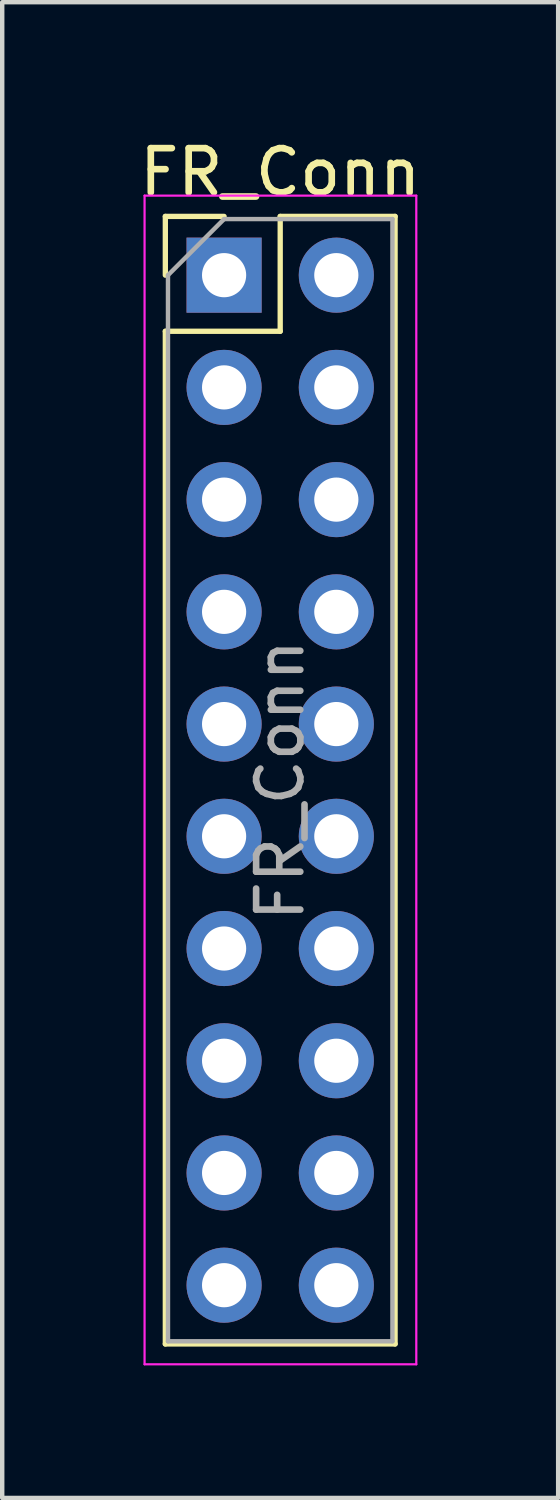
<source format=kicad_pcb>
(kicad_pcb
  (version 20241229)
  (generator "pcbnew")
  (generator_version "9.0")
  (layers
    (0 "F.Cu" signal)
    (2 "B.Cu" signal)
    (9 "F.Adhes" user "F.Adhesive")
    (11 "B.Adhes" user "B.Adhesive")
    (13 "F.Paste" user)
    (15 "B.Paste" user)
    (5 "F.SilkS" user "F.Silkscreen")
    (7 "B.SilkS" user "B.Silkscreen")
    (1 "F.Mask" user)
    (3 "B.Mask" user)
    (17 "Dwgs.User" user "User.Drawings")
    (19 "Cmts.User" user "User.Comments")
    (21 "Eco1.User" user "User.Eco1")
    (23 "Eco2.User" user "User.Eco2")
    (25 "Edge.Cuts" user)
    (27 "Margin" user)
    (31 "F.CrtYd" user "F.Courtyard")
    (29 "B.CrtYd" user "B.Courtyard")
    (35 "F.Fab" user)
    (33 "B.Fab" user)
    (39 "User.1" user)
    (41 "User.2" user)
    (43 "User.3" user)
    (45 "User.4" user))
  (footprint "FR_Conn"
    (layer "F.Cu")
    (at 2.022 3.178)
    (property "Reference" "FR_Conn" (at 1.27 -2.33 0) (layer "F.SilkS") (effects (font (size 1 1) (thickness 0.15))))
    (attr through_hole)
    (fp_line (start -1.33 -1.33) (end 0 -1.33) (stroke (width 0.12) (type solid)) (layer "F.SilkS"))
    (fp_line (start -1.33 0) (end -1.33 -1.33) (stroke (width 0.12) (type solid)) (layer "F.SilkS"))
    (fp_line (start -1.33 1.27) (end -1.33 24.19) (stroke (width 0.12) (type solid)) (layer "F.SilkS"))
    (fp_line (start -1.33 1.27) (end 1.27 1.27) (stroke (width 0.12) (type solid)) (layer "F.SilkS"))
    (fp_line (start -1.33 24.19) (end 3.87 24.19) (stroke (width 0.12) (type solid)) (layer "F.SilkS"))
    (fp_line (start 1.27 -1.33) (end 3.87 -1.33) (stroke (width 0.12) (type solid)) (layer "F.SilkS"))
    (fp_line (start 1.27 1.27) (end 1.27 -1.33) (stroke (width 0.12) (type solid)) (layer "F.SilkS"))
    (fp_line (start 3.87 -1.33) (end 3.87 24.19) (stroke (width 0.12) (type solid)) (layer "F.SilkS"))
    (fp_line (start -1.8 -1.8) (end -1.8 24.65) (stroke (width 0.05) (type solid)) (layer "F.CrtYd"))
    (fp_line (start -1.8 24.65) (end 4.35 24.65) (stroke (width 0.05) (type solid)) (layer "F.CrtYd"))
    (fp_line (start 4.35 -1.8) (end -1.8 -1.8) (stroke (width 0.05) (type solid)) (layer "F.CrtYd"))
    (fp_line (start 4.35 24.65) (end 4.35 -1.8) (stroke (width 0.05) (type solid)) (layer "F.CrtYd"))
    (fp_line (start -1.27 0) (end 0 -1.27) (stroke (width 0.1) (type solid)) (layer "F.Fab"))
    (fp_line (start -1.27 24.13) (end -1.27 0) (stroke (width 0.1) (type solid)) (layer "F.Fab"))
    (fp_line (start 0 -1.27) (end 3.81 -1.27) (stroke (width 0.1) (type solid)) (layer "F.Fab"))
    (fp_line (start 3.81 -1.27) (end 3.81 24.13) (stroke (width 0.1) (type solid)) (layer "F.Fab"))
    (fp_line (start 3.81 24.13) (end -1.27 24.13) (stroke (width 0.1) (type solid)) (layer "F.Fab"))
    (fp_text user "${REFERENCE}" (at 1.27 11.43 90) (layer "F.Fab") (effects (font (size 1 1) (thickness 0.15))))
    (pad "1" thru_hole rect (at 0 0) (size 1.7 1.7) (drill 1) (layers "*.Cu" "*.Mask"))
    (pad "2" thru_hole oval (at 0 2.54) (size 1.7 1.7) (drill 1) (layers "*.Cu" "*.Mask"))
    (pad "3" thru_hole oval (at 0 5.08) (size 1.7 1.7) (drill 1) (layers "*.Cu" "*.Mask"))
    (pad "4" thru_hole oval (at 0 7.62) (size 1.7 1.7) (drill 1) (layers "*.Cu" "*.Mask"))
    (pad "5" thru_hole oval (at 0 10.16) (size 1.7 1.7) (drill 1) (layers "*.Cu" "*.Mask"))
    (pad "6" thru_hole oval (at 0 12.7) (size 1.7 1.7) (drill 1) (layers "*.Cu" "*.Mask"))
    (pad "7" thru_hole oval (at 0 15.24) (size 1.7 1.7) (drill 1) (layers "*.Cu" "*.Mask"))
    (pad "8" thru_hole oval (at 0 17.78) (size 1.7 1.7) (drill 1) (layers "*.Cu" "*.Mask"))
    (pad "9" thru_hole oval (at 0 20.32) (size 1.7 1.7) (drill 1) (layers "*.Cu" "*.Mask"))
    (pad "10" thru_hole oval (at 0 22.86) (size 1.7 1.7) (drill 1) (layers "*.Cu" "*.Mask"))
    (pad "11" thru_hole oval (at 2.54 22.86) (size 1.7 1.7) (drill 1) (layers "*.Cu" "*.Mask"))
    (pad "12" thru_hole oval (at 2.54 20.32) (size 1.7 1.7) (drill 1) (layers "*.Cu" "*.Mask"))
    (pad "13" thru_hole oval (at 2.54 17.78) (size 1.7 1.7) (drill 1) (layers "*.Cu" "*.Mask"))
    (pad "14" thru_hole oval (at 2.54 15.24) (size 1.7 1.7) (drill 1) (layers "*.Cu" "*.Mask"))
    (pad "15" thru_hole oval (at 2.54 12.7) (size 1.7 1.7) (drill 1) (layers "*.Cu" "*.Mask"))
    (pad "16" thru_hole oval (at 2.54 10.16) (size 1.7 1.7) (drill 1) (layers "*.Cu" "*.Mask"))
    (pad "17" thru_hole oval (at 2.54 7.62) (size 1.7 1.7) (drill 1) (layers "*.Cu" "*.Mask"))
    (pad "18" thru_hole oval (at 2.54 5.08) (size 1.7 1.7) (drill 1) (layers "*.Cu" "*.Mask"))
    (pad "19" thru_hole oval (at 2.54 2.54) (size 1.7 1.7) (drill 1) (layers "*.Cu" "*.Mask"))
    (pad "20" thru_hole oval (at 2.54 0) (size 1.7 1.7) (drill 1) (layers "*.Cu" "*.Mask")))
  (gr_rect
    (start -3 -3)
    (end 9.583 30.853)
    (stroke (width 0.1) (type default))
    (fill no)
    (layer "Edge.Cuts")))
</source>
